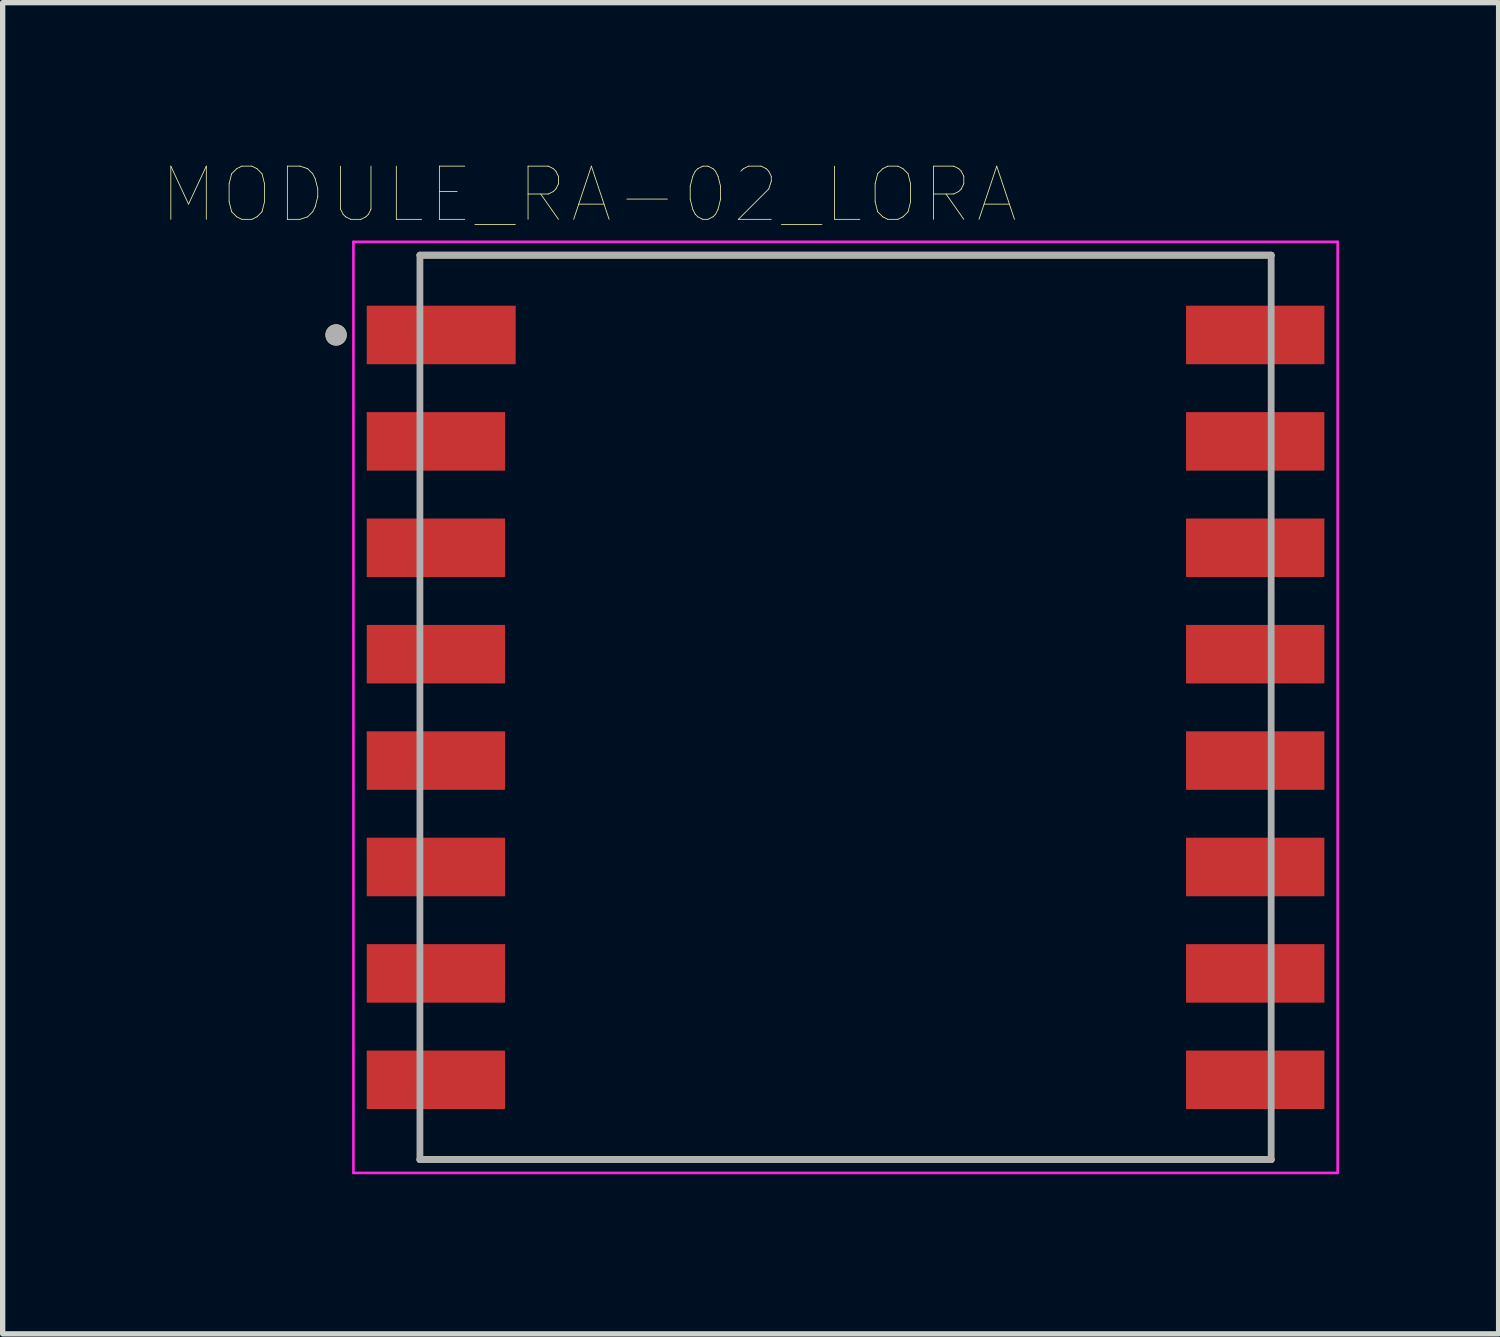
<source format=kicad_pcb>
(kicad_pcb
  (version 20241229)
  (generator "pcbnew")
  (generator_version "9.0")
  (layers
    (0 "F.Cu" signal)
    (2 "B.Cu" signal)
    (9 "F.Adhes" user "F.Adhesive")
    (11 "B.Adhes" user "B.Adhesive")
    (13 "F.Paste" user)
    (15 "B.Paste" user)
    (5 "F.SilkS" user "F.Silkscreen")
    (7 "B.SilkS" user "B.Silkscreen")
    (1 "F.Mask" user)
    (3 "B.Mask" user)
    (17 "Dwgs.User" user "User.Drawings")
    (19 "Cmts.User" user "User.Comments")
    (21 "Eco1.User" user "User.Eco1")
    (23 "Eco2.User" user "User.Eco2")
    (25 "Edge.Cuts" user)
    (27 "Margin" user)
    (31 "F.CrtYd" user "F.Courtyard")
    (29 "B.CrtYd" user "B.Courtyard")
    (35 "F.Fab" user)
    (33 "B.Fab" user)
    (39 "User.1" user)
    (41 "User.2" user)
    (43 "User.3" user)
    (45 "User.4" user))
  (footprint "MODULE_RA-02_LORA"
    (layer "F.Cu")
    (at 12.843 10.246)
    (property "Reference" "MODULE_RA-02_LORA" (at -4.825 -9.635 0) (layer "F.SilkS") (effects (font (size 1 1) (thickness 0.015))))
    (attr through_hole)
    (fp_line (start -8 -8.5) (end 8 -8.5) (stroke (width 0.127) (type solid)) (layer "F.SilkS"))
    (fp_line (start -8 8.5) (end 8 8.5) (stroke (width 0.127) (type solid)) (layer "F.SilkS"))
    (fp_circle (center -9.576 -7) (end -9.476 -7) (stroke (width 0.2) (type solid)) (fill no) (layer "F.SilkS"))
    (fp_line (start -9.25 -8.75) (end 9.25 -8.75) (stroke (width 0.05) (type solid)) (layer "F.CrtYd"))
    (fp_line (start -9.25 8.75) (end -9.25 -8.75) (stroke (width 0.05) (type solid)) (layer "F.CrtYd"))
    (fp_line (start 9.25 -8.75) (end 9.25 8.75) (stroke (width 0.05) (type solid)) (layer "F.CrtYd"))
    (fp_line (start 9.25 8.75) (end -9.25 8.75) (stroke (width 0.05) (type solid)) (layer "F.CrtYd"))
    (fp_line (start -8 -8.5) (end 8 -8.5) (stroke (width 0.127) (type solid)) (layer "F.Fab"))
    (fp_line (start -8 8.5) (end -8 -8.5) (stroke (width 0.127) (type solid)) (layer "F.Fab"))
    (fp_line (start 8 -8.5) (end 8 8.5) (stroke (width 0.127) (type solid)) (layer "F.Fab"))
    (fp_line (start 8 8.5) (end -8 8.5) (stroke (width 0.127) (type solid)) (layer "F.Fab"))
    (fp_circle (center -9.576 -7) (end -9.476 -7) (stroke (width 0.2) (type solid)) (fill no) (layer "F.Fab"))
    (pad "1" smd rect (at -7.6 -7) (size 2.8 1.1) (layers "F.Cu" "F.Mask" "F.Paste"))
    (pad "2" smd rect (at -7.7 -5) (size 2.6 1.1) (layers "F.Cu" "F.Mask" "F.Paste"))
    (pad "3" smd rect (at -7.7 -3) (size 2.6 1.1) (layers "F.Cu" "F.Mask" "F.Paste"))
    (pad "4" smd rect (at -7.7 -1) (size 2.6 1.1) (layers "F.Cu" "F.Mask" "F.Paste"))
    (pad "5" smd rect (at -7.7 1) (size 2.6 1.1) (layers "F.Cu" "F.Mask" "F.Paste"))
    (pad "6" smd rect (at -7.7 3) (size 2.6 1.1) (layers "F.Cu" "F.Mask" "F.Paste"))
    (pad "7" smd rect (at -7.7 5) (size 2.6 1.1) (layers "F.Cu" "F.Mask" "F.Paste"))
    (pad "8" smd rect (at -7.7 7) (size 2.6 1.1) (layers "F.Cu" "F.Mask" "F.Paste"))
    (pad "9" smd rect (at 7.7 7) (size 2.6 1.1) (layers "F.Cu" "F.Mask" "F.Paste"))
    (pad "10" smd rect (at 7.7 5) (size 2.6 1.1) (layers "F.Cu" "F.Mask" "F.Paste"))
    (pad "11" smd rect (at 7.7 3) (size 2.6 1.1) (layers "F.Cu" "F.Mask" "F.Paste"))
    (pad "12" smd rect (at 7.7 1) (size 2.6 1.1) (layers "F.Cu" "F.Mask" "F.Paste"))
    (pad "13" smd rect (at 7.7 -1) (size 2.6 1.1) (layers "F.Cu" "F.Mask" "F.Paste"))
    (pad "14" smd rect (at 7.7 -3) (size 2.6 1.1) (layers "F.Cu" "F.Mask" "F.Paste"))
    (pad "15" smd rect (at 7.7 -5) (size 2.6 1.1) (layers "F.Cu" "F.Mask" "F.Paste"))
    (pad "16" smd rect (at 7.7 -7) (size 2.6 1.1) (layers "F.Cu" "F.Mask" "F.Paste")))
  (gr_rect
    (start -3 -3)
    (end 25.118 22.021)
    (stroke (width 0.1) (type default))
    (fill no)
    (layer "Edge.Cuts")))
</source>
